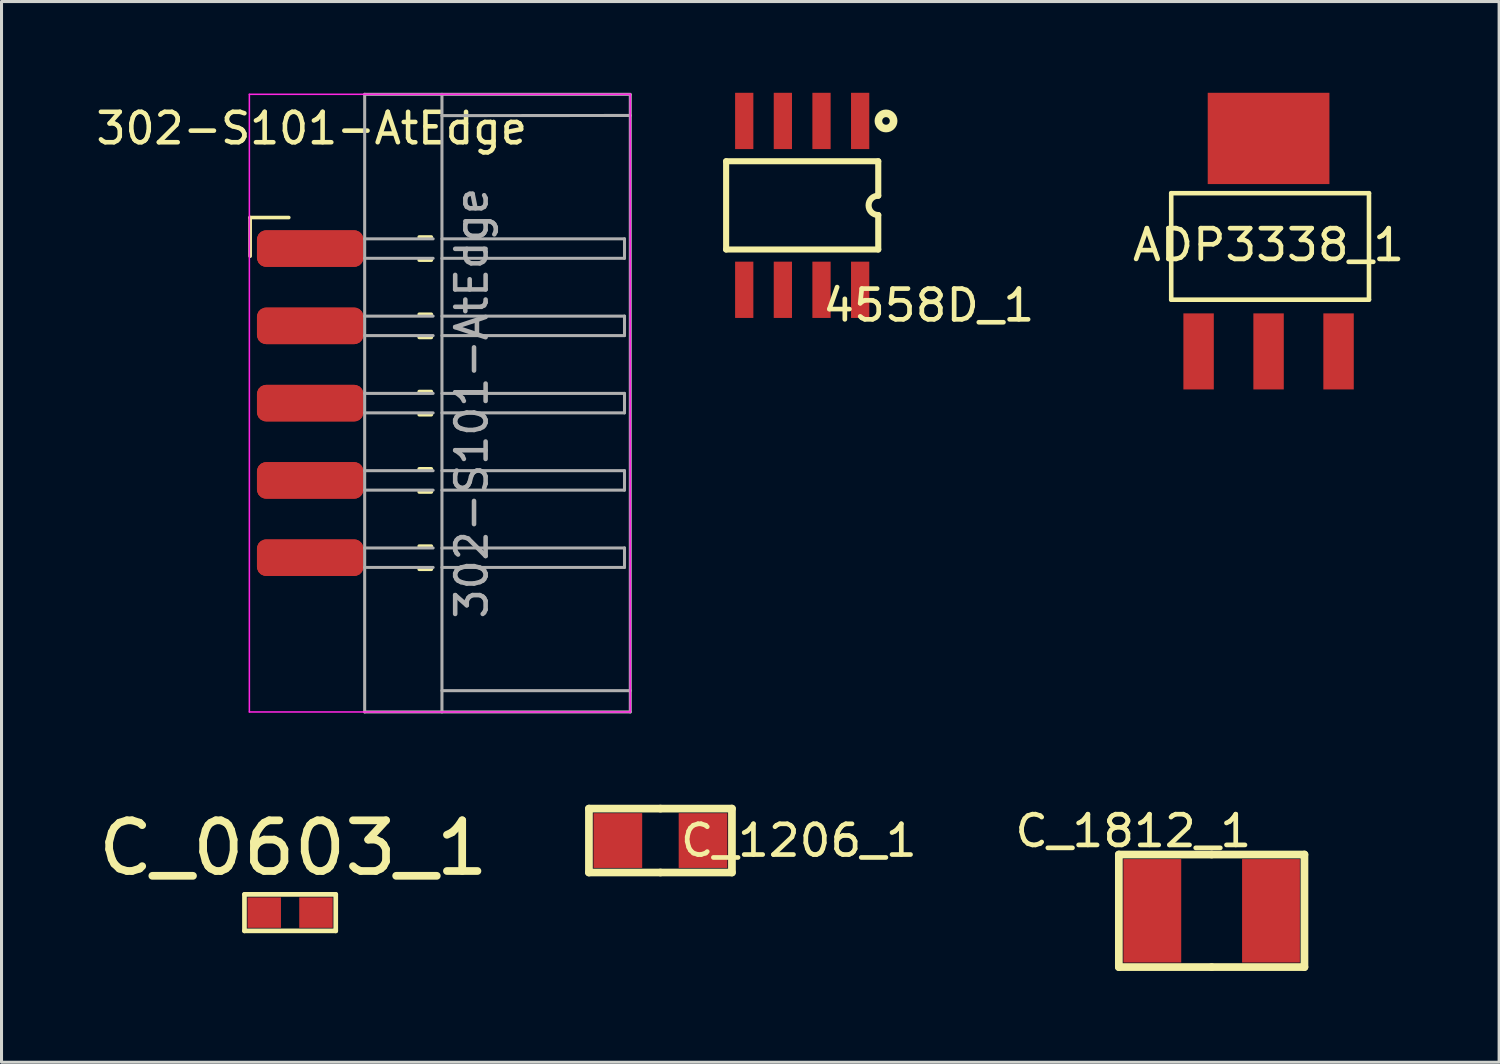
<source format=kicad_pcb>
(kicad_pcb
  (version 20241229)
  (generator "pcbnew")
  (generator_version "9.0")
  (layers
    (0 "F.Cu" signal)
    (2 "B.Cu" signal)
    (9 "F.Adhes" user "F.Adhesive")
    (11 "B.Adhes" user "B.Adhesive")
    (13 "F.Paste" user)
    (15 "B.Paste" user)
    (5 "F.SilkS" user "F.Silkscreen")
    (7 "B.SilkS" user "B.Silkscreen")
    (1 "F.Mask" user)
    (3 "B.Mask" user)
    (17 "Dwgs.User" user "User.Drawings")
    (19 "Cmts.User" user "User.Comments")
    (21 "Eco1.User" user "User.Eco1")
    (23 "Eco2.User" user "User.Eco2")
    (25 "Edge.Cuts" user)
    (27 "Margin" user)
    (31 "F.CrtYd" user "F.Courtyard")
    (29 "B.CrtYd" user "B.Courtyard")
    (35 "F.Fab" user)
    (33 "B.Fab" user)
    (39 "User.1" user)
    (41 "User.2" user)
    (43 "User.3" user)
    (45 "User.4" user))
  (footprint "302-S101-AtEdge"
    (layer "F.Cu")
    (at 7.146 5.12)
    (property "Reference" "302-S101-AtEdge" (at 0.05 -3.95 0) (layer "F.SilkS") (effects (font (size 1 1) (thickness 0.15))))
    (attr through_hole)
    (fp_line (start -1.975 -1.02) (end -0.705 -1.02) (stroke (width 0.12) (type solid)) (layer "F.SilkS"))
    (fp_line (start -1.975 0.25) (end -1.975 -1.02) (stroke (width 0.12) (type solid)) (layer "F.SilkS"))
    (fp_line (start 3.583 -0.38) (end 3.98 -0.38) (stroke (width 0.12) (type solid)) (layer "F.SilkS"))
    (fp_line (start 3.583 0.38) (end 3.98 0.38) (stroke (width 0.12) (type solid)) (layer "F.SilkS"))
    (fp_line (start 3.583 2.16) (end 3.98 2.16) (stroke (width 0.12) (type solid)) (layer "F.SilkS"))
    (fp_line (start 3.583 2.92) (end 3.98 2.92) (stroke (width 0.12) (type solid)) (layer "F.SilkS"))
    (fp_line (start 3.583 4.7) (end 3.98 4.7) (stroke (width 0.12) (type solid)) (layer "F.SilkS"))
    (fp_line (start 3.583 5.46) (end 3.98 5.46) (stroke (width 0.12) (type solid)) (layer "F.SilkS"))
    (fp_line (start 3.583 7.24) (end 3.98 7.24) (stroke (width 0.12) (type solid)) (layer "F.SilkS"))
    (fp_line (start 3.583 8) (end 3.98 8) (stroke (width 0.12) (type solid)) (layer "F.SilkS"))
    (fp_line (start 3.583 9.78) (end 3.98 9.78) (stroke (width 0.12) (type solid)) (layer "F.SilkS"))
    (fp_line (start 3.583 10.54) (end 3.98 10.54) (stroke (width 0.12) (type solid)) (layer "F.SilkS"))
    (fp_line (start -2 -5.07) (end -2 15.23) (stroke (width 0.05) (type solid)) (layer "F.CrtYd"))
    (fp_line (start -2 15.23) (end 10.52 15.23) (stroke (width 0.05) (type solid)) (layer "F.CrtYd"))
    (fp_line (start 10.52 -5.07) (end -2 -5.07) (stroke (width 0.05) (type solid)) (layer "F.CrtYd"))
    (fp_line (start 10.52 15.23) (end 10.52 -5.075) (stroke (width 0.05) (type solid)) (layer "F.CrtYd"))
    (fp_line (start 1.79 -0.32) (end 4.04 -0.32) (stroke (width 0.1) (type solid)) (layer "F.Fab"))
    (fp_line (start 1.79 0.32) (end 4.04 0.32) (stroke (width 0.1) (type solid)) (layer "F.Fab"))
    (fp_line (start 1.79 2.22) (end 4.04 2.22) (stroke (width 0.1) (type solid)) (layer "F.Fab"))
    (fp_line (start 1.79 2.86) (end 4.04 2.86) (stroke (width 0.1) (type solid)) (layer "F.Fab"))
    (fp_line (start 1.79 4.76) (end 4.04 4.76) (stroke (width 0.1) (type solid)) (layer "F.Fab"))
    (fp_line (start 1.79 5.4) (end 4.04 5.4) (stroke (width 0.1) (type solid)) (layer "F.Fab"))
    (fp_line (start 1.79 7.3) (end 4.04 7.3) (stroke (width 0.1) (type solid)) (layer "F.Fab"))
    (fp_line (start 1.79 7.94) (end 4.04 7.94) (stroke (width 0.1) (type solid)) (layer "F.Fab"))
    (fp_line (start 1.79 9.84) (end 4.04 9.84) (stroke (width 0.1) (type solid)) (layer "F.Fab"))
    (fp_line (start 1.79 10.48) (end 4.04 10.48) (stroke (width 0.1) (type solid)) (layer "F.Fab"))
    (fp_line (start 1.79 15.23) (end 1.79 -5.07) (stroke (width 0.1) (type solid)) (layer "F.Fab"))
    (fp_line (start 4.33 -5.07) (end 4.33 15.23) (stroke (width 0.1) (type solid)) (layer "F.Fab"))
    (fp_line (start 4.33 -4.37) (end 10.52 -4.375) (stroke (width 0.1) (type solid)) (layer "F.Fab"))
    (fp_line (start 4.33 -0.32) (end 10.33 -0.32) (stroke (width 0.1) (type solid)) (layer "F.Fab"))
    (fp_line (start 4.33 0.32) (end 10.33 0.32) (stroke (width 0.1) (type solid)) (layer "F.Fab"))
    (fp_line (start 4.33 2.22) (end 10.33 2.22) (stroke (width 0.1) (type solid)) (layer "F.Fab"))
    (fp_line (start 4.33 2.86) (end 10.33 2.86) (stroke (width 0.1) (type solid)) (layer "F.Fab"))
    (fp_line (start 4.33 4.76) (end 10.33 4.76) (stroke (width 0.1) (type solid)) (layer "F.Fab"))
    (fp_line (start 4.33 5.4) (end 10.33 5.4) (stroke (width 0.1) (type solid)) (layer "F.Fab"))
    (fp_line (start 4.33 7.3) (end 10.33 7.3) (stroke (width 0.1) (type solid)) (layer "F.Fab"))
    (fp_line (start 4.33 7.94) (end 10.33 7.94) (stroke (width 0.1) (type solid)) (layer "F.Fab"))
    (fp_line (start 4.33 9.84) (end 10.33 9.84) (stroke (width 0.1) (type solid)) (layer "F.Fab"))
    (fp_line (start 4.33 10.48) (end 10.33 10.48) (stroke (width 0.1) (type solid)) (layer "F.Fab"))
    (fp_line (start 4.33 14.53) (end 10.52 14.53) (stroke (width 0.1) (type solid)) (layer "F.Fab"))
    (fp_line (start 10.33 -0.32) (end 10.33 0.32) (stroke (width 0.1) (type solid)) (layer "F.Fab"))
    (fp_line (start 10.33 2.22) (end 10.33 2.86) (stroke (width 0.1) (type solid)) (layer "F.Fab"))
    (fp_line (start 10.33 4.76) (end 10.33 5.4) (stroke (width 0.1) (type solid)) (layer "F.Fab"))
    (fp_line (start 10.33 7.3) (end 10.33 7.94) (stroke (width 0.1) (type solid)) (layer "F.Fab"))
    (fp_line (start 10.33 9.84) (end 10.33 10.48) (stroke (width 0.1) (type solid)) (layer "F.Fab"))
    (fp_line (start 10.52 -5.07) (end 1.79 -5.07) (stroke (width 0.1) (type solid)) (layer "F.Fab"))
    (fp_line (start 10.52 15.23) (end 1.79 15.23) (stroke (width 0.1) (type solid)) (layer "F.Fab"))
    (fp_line (start 10.52 15.23) (end 10.52 -5.05) (stroke (width 0.1) (type solid)) (layer "F.Fab"))
    (fp_text user "${REFERENCE}" (at 5.31 5.08 270) (layer "F.Fab") (effects (font (size 1 1) (thickness 0.15))))
    (pad "1" smd roundrect (at 0 0) (size 3.5 1.2) (layers "F.Cu" "F.Mask" "F.Paste") (roundrect_rratio 0.25))
    (pad "2" smd roundrect (at 0 0 180) (size 3.5 1.2) (layers "F.Cu" "B.Mask" "B.Paste") (roundrect_rratio 0.25))
    (pad "3" smd roundrect (at 0 2.54) (size 3.5 1.2) (layers "F.Cu" "F.Mask" "F.Paste") (roundrect_rratio 0.25))
    (pad "4" smd roundrect (at 0 2.54) (size 3.5 1.2) (layers "F.Cu" "B.Mask" "B.Paste") (roundrect_rratio 0.25))
    (pad "5" smd roundrect (at 0 5.08) (size 3.5 1.2) (layers "F.Cu" "F.Mask" "F.Paste") (roundrect_rratio 0.25))
    (pad "6" smd roundrect (at 0 5.08) (size 3.5 1.2) (layers "F.Cu" "B.Mask" "B.Paste") (roundrect_rratio 0.25))
    (pad "7" smd roundrect (at 0 7.62) (size 3.5 1.2) (layers "F.Cu" "F.Mask" "F.Paste") (roundrect_rratio 0.25))
    (pad "8" smd roundrect (at 0 7.62) (size 3.5 1.2) (layers "F.Cu" "B.Mask" "B.Paste") (roundrect_rratio 0.25))
    (pad "9" smd roundrect (at 0 10.16) (size 3.5 1.2) (layers "F.Cu" "F.Mask" "F.Paste") (roundrect_rratio 0.25))
    (pad "10" smd roundrect (at 0 10.16) (size 3.5 1.2) (layers "F.Cu" "B.Mask" "B.Paste") (roundrect_rratio 0.25)))
  (footprint "C_1812_1"
    (layer "F.Cu")
    (at 36.774 26.886)
    (property "Reference" "C_1812_1" (at -2.575 -2.625 0) (unlocked yes) (layer "F.SilkS") (effects (font (size 1.01 1.063) (thickness 0.154))))
    (fp_line (start -3.05 -1.85) (end -3.05 1.85) (stroke (width 0.254) (type solid)) (layer "F.SilkS"))
    (fp_line (start -3.05 -1.85) (end 0 -1.85) (stroke (width 0.254) (type solid)) (layer "F.SilkS"))
    (fp_line (start -3.05 1.85) (end 0 1.85) (stroke (width 0.254) (type solid)) (layer "F.SilkS"))
    (fp_line (start 3.05 -1.85) (end 0 -1.85) (stroke (width 0.254) (type solid)) (layer "F.SilkS"))
    (fp_line (start 3.05 -1.85) (end 3.05 1.85) (stroke (width 0.254) (type solid)) (layer "F.SilkS"))
    (fp_line (start 3.05 1.85) (end 0 1.85) (stroke (width 0.254) (type solid)) (layer "F.SilkS"))
    (pad "1" smd rect (at -1.95 0) (size 1.9 3.4) (layers "F.Cu" "F.Mask" "F.Paste"))
    (pad "2" smd rect (at 1.95 0) (size 1.9 3.4) (layers "F.Cu" "F.Mask" "F.Paste")))
  (footprint "ADP3338_1"
    (layer "F.Cu")
    (at 36.345 8.5)
    (property "Reference" "ADP3338_1" (at 2.3 -3.5 0) (unlocked yes) (layer "F.SilkS") (effects (font (size 1.01 1.063) (thickness 0.154))))
    (fp_line (start -0.9 -5.2) (end 5.6 -5.2) (stroke (width 0.15) (type solid)) (layer "F.SilkS"))
    (fp_line (start -0.9 -1.7) (end -0.9 -5.2) (stroke (width 0.15) (type solid)) (layer "F.SilkS"))
    (fp_line (start 5.6 -5.2) (end 5.6 -1.7) (stroke (width 0.15) (type solid)) (layer "F.SilkS"))
    (fp_line (start 5.6 -1.7) (end -0.9 -1.7) (stroke (width 0.15) (type solid)) (layer "F.SilkS"))
    (pad "1" smd rect (at 0 0) (size 1 2.5) (layers "F.Cu" "F.Mask" "F.Paste"))
    (pad "2" smd rect (at 2.3 0) (size 1 2.5) (layers "F.Cu" "F.Mask" "F.Paste"))
    (pad "3" smd rect (at 4.6 0) (size 1 2.5) (layers "F.Cu" "F.Mask" "F.Paste"))
    (pad "4" smd rect (at 2.3 -7) (size 4 3) (layers "F.Cu" "F.Mask" "F.Paste")))
  (footprint "C_1206_1"
    (layer "F.Cu")
    (at 18.657 24.577)
    (property "Reference" "C_1206_1" (at 4.55 0 0) (unlocked yes) (layer "F.SilkS") (effects (font (size 1.01 1.063) (thickness 0.154))))
    (fp_line (start -2.35 -1.05) (end 0 -1.05) (stroke (width 0.254) (type solid)) (layer "F.SilkS"))
    (fp_line (start -2.35 1.05) (end -2.35 -1.05) (stroke (width 0.254) (type solid)) (layer "F.SilkS"))
    (fp_line (start -2.35 1.05) (end 0 1.05) (stroke (width 0.254) (type solid)) (layer "F.SilkS"))
    (fp_line (start 2.35 -1.05) (end 0 -1.05) (stroke (width 0.254) (type solid)) (layer "F.SilkS"))
    (fp_line (start 2.35 1.05) (end 0 1.05) (stroke (width 0.254) (type solid)) (layer "F.SilkS"))
    (fp_line (start 2.35 1.05) (end 2.35 -1.05) (stroke (width 0.254) (type solid)) (layer "F.SilkS"))
    (pad "1" smd rect (at 1.4 0) (size 1.6 1.8) (layers "F.Cu" "F.Mask" "F.Paste"))
    (pad "2" smd rect (at -1.4 0) (size 1.6 1.8) (layers "F.Cu" "F.Mask" "F.Paste")))
  (footprint "4558D_1"
    (layer "F.Cu")
    (at 23.316 3.7)
    (property "Reference" "4558D_1" (at 4.16 3.286 0) (unlocked yes) (layer "F.SilkS") (effects (font (size 1.01 1.063) (thickness 0.154))))
    (fp_line (start -2.5 -1.45) (end -2.5 1.45) (stroke (width 0.2) (type solid)) (layer "F.SilkS"))
    (fp_line (start 2.5 -1.45) (end -2.5 -1.45) (stroke (width 0.2) (type solid)) (layer "F.SilkS"))
    (fp_line (start 2.5 -1.45) (end 2.5 -0.318) (stroke (width 0.2) (type solid)) (layer "F.SilkS"))
    (fp_line (start 2.5 0.318) (end 2.5 1.45) (stroke (width 0.2) (type solid)) (layer "F.SilkS"))
    (fp_line (start 2.5 1.45) (end -2.5 1.45) (stroke (width 0.2) (type solid)) (layer "F.SilkS"))
    (fp_arc (start 2.5 0.3175) (mid 2.1825 0) (end 2.5 -0.3175) (stroke (width 0.2) (type solid)) (layer "F.SilkS"))
    (fp_arc (start 2.63002 -2.775) (mid 2.88 -2.775) (end 2.63002 -2.775) (stroke (width 0.24999) (type solid)) (layer "F.SilkS"))
    (pad "1" smd rect (at 1.905 -2.775 180) (size 0.6 1.85) (layers "F.Cu" "F.Mask" "F.Paste"))
    (pad "2" smd rect (at 0.635 -2.775 180) (size 0.6 1.85) (layers "F.Cu" "F.Mask" "F.Paste"))
    (pad "3" smd rect (at -0.635 -2.775 180) (size 0.6 1.85) (layers "F.Cu" "F.Mask" "F.Paste"))
    (pad "4" smd rect (at -1.905 -2.775 180) (size 0.6 1.85) (layers "F.Cu" "F.Mask" "F.Paste"))
    (pad "5" smd rect (at -1.905 2.775 180) (size 0.6 1.85) (layers "F.Cu" "F.Mask" "F.Paste"))
    (pad "6" smd rect (at -0.635 2.775 180) (size 0.6 1.85) (layers "F.Cu" "F.Mask" "F.Paste"))
    (pad "7" smd rect (at 0.635 2.775 180) (size 0.6 1.85) (layers "F.Cu" "F.Mask" "F.Paste"))
    (pad "8" smd rect (at 1.905 2.775 180) (size 0.6 1.85) (layers "F.Cu" "F.Mask" "F.Paste")))
  (footprint "C_0603_1"
    (layer "F.Cu")
    (at 6.485 26.946)
    (property "Reference" "C_0603_1" (at 0.105 -2.126 0) (unlocked yes) (layer "F.SilkS") (effects (font (size 1.666 1.753) (thickness 0.254))))
    (fp_line (start -1.5 -0.6) (end -1.5 0.6) (stroke (width 0.154) (type solid)) (layer "F.SilkS"))
    (fp_line (start 1.5 -0.6) (end -1.5 -0.6) (stroke (width 0.154) (type solid)) (layer "F.SilkS"))
    (fp_line (start 1.5 -0.6) (end 1.5 0.6) (stroke (width 0.154) (type solid)) (layer "F.SilkS"))
    (fp_line (start 1.5 0.6) (end -1.5 0.6) (stroke (width 0.154) (type solid)) (layer "F.SilkS"))
    (pad "1" smd rect (at -0.85 0) (size 1.1 1) (layers "F.Cu" "F.Mask" "F.Paste"))
    (pad "2" smd rect (at 0.85 0) (size 1.1 1) (layers "F.Cu" "F.Mask" "F.Paste")))
  (gr_rect
    (start -3 -3)
    (end 46.222 31.863)
    (stroke (width 0.1) (type default))
    (fill no)
    (layer "Edge.Cuts")))
</source>
